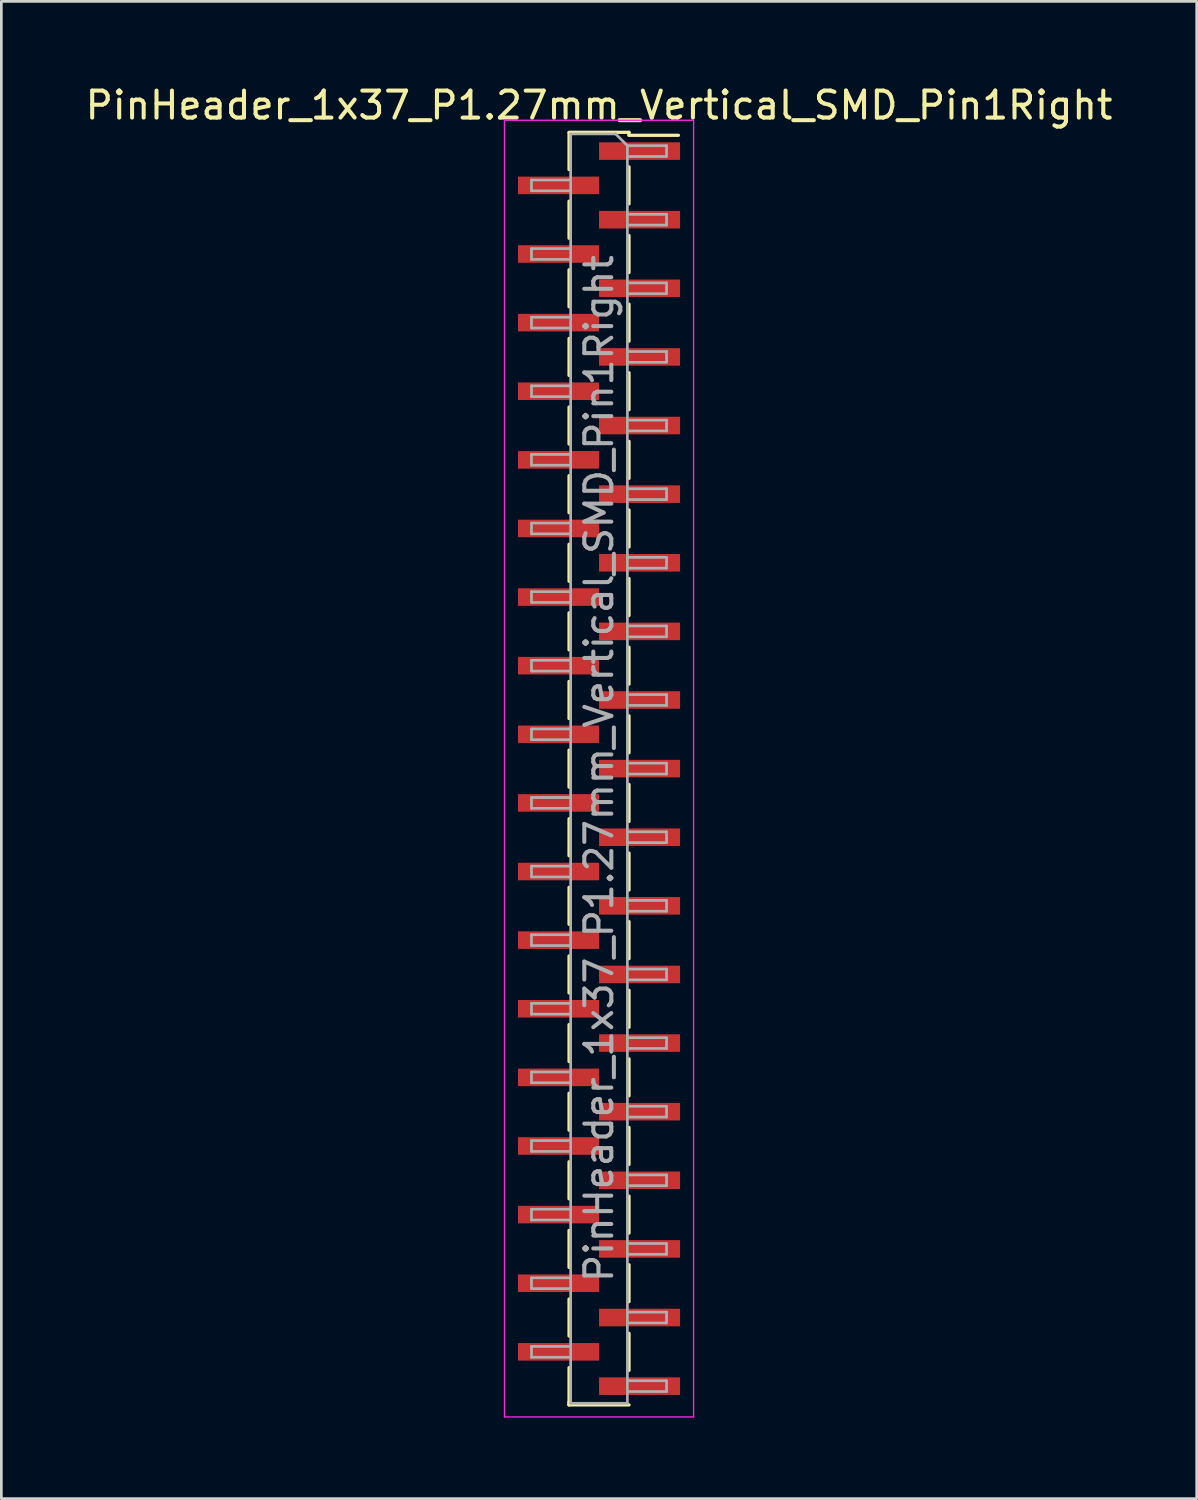
<source format=kicad_pcb>
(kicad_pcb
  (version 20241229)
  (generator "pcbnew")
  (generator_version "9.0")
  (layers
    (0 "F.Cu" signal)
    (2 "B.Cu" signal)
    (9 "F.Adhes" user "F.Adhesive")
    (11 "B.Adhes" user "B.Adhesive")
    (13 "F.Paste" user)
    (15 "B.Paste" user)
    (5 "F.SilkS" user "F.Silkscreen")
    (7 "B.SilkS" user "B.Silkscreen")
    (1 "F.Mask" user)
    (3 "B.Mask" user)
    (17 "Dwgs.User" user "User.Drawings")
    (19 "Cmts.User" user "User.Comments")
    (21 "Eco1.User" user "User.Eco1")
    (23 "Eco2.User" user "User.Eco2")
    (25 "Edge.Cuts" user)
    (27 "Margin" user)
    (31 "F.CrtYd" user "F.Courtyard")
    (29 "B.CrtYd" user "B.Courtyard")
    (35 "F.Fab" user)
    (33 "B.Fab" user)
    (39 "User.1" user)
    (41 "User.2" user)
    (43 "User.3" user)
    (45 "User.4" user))
  (footprint "PinHeader_1x37_P1.27mm_Vertical_SMD_Pin1Right"
    (layer "F.Cu")
    (at 19.125 25.403)
    (property "Reference" "PinHeader_1x37_P1.27mm_Vertical_SMD_Pin1Right" (at 0 -24.555 0) (layer "F.SilkS") (effects (font (size 1 1) (thickness 0.15))))
    (attr smd)
    (fp_line (start -1.11 -23.555) (end 1.11 -23.555) (stroke (width 0.12) (type solid)) (layer "F.SilkS"))
    (fp_line (start -1.11 -23.545) (end -1.11 -22.175) (stroke (width 0.12) (type solid)) (layer "F.SilkS"))
    (fp_line (start -1.11 -21.005) (end -1.11 -19.635) (stroke (width 0.12) (type solid)) (layer "F.SilkS"))
    (fp_line (start -1.11 -18.465) (end -1.11 -17.095) (stroke (width 0.12) (type solid)) (layer "F.SilkS"))
    (fp_line (start -1.11 -15.925) (end -1.11 -14.555) (stroke (width 0.12) (type solid)) (layer "F.SilkS"))
    (fp_line (start -1.11 -13.385) (end -1.11 -12.015) (stroke (width 0.12) (type solid)) (layer "F.SilkS"))
    (fp_line (start -1.11 -10.845) (end -1.11 -9.475) (stroke (width 0.12) (type solid)) (layer "F.SilkS"))
    (fp_line (start -1.11 -8.305) (end -1.11 -6.935) (stroke (width 0.12) (type solid)) (layer "F.SilkS"))
    (fp_line (start -1.11 -5.765) (end -1.11 -4.395) (stroke (width 0.12) (type solid)) (layer "F.SilkS"))
    (fp_line (start -1.11 -3.225) (end -1.11 -1.855) (stroke (width 0.12) (type solid)) (layer "F.SilkS"))
    (fp_line (start -1.11 -0.685) (end -1.11 0.685) (stroke (width 0.12) (type solid)) (layer "F.SilkS"))
    (fp_line (start -1.11 1.855) (end -1.11 3.225) (stroke (width 0.12) (type solid)) (layer "F.SilkS"))
    (fp_line (start -1.11 4.395) (end -1.11 5.765) (stroke (width 0.12) (type solid)) (layer "F.SilkS"))
    (fp_line (start -1.11 6.935) (end -1.11 8.305) (stroke (width 0.12) (type solid)) (layer "F.SilkS"))
    (fp_line (start -1.11 9.475) (end -1.11 10.845) (stroke (width 0.12) (type solid)) (layer "F.SilkS"))
    (fp_line (start -1.11 12.015) (end -1.11 13.385) (stroke (width 0.12) (type solid)) (layer "F.SilkS"))
    (fp_line (start -1.11 14.555) (end -1.11 15.925) (stroke (width 0.12) (type solid)) (layer "F.SilkS"))
    (fp_line (start -1.11 17.095) (end -1.11 18.465) (stroke (width 0.12) (type solid)) (layer "F.SilkS"))
    (fp_line (start -1.11 19.635) (end -1.11 21.005) (stroke (width 0.12) (type solid)) (layer "F.SilkS"))
    (fp_line (start -1.11 22.175) (end -1.11 23.545) (stroke (width 0.12) (type solid)) (layer "F.SilkS"))
    (fp_line (start -1.11 23.445) (end -1.11 23.555) (stroke (width 0.12) (type solid)) (layer "F.SilkS"))
    (fp_line (start -1.11 23.555) (end 1.11 23.555) (stroke (width 0.12) (type solid)) (layer "F.SilkS"))
    (fp_line (start 1.11 -23.555) (end 1.11 -23.445) (stroke (width 0.12) (type solid)) (layer "F.SilkS"))
    (fp_line (start 1.11 -23.445) (end 2.94 -23.445) (stroke (width 0.12) (type solid)) (layer "F.SilkS"))
    (fp_line (start 1.11 -22.275) (end 1.11 -20.905) (stroke (width 0.12) (type solid)) (layer "F.SilkS"))
    (fp_line (start 1.11 -19.735) (end 1.11 -18.365) (stroke (width 0.12) (type solid)) (layer "F.SilkS"))
    (fp_line (start 1.11 -17.195) (end 1.11 -15.825) (stroke (width 0.12) (type solid)) (layer "F.SilkS"))
    (fp_line (start 1.11 -14.655) (end 1.11 -13.285) (stroke (width 0.12) (type solid)) (layer "F.SilkS"))
    (fp_line (start 1.11 -12.115) (end 1.11 -10.745) (stroke (width 0.12) (type solid)) (layer "F.SilkS"))
    (fp_line (start 1.11 -9.575) (end 1.11 -8.205) (stroke (width 0.12) (type solid)) (layer "F.SilkS"))
    (fp_line (start 1.11 -7.035) (end 1.11 -5.665) (stroke (width 0.12) (type solid)) (layer "F.SilkS"))
    (fp_line (start 1.11 -4.495) (end 1.11 -3.125) (stroke (width 0.12) (type solid)) (layer "F.SilkS"))
    (fp_line (start 1.11 -1.955) (end 1.11 -0.585) (stroke (width 0.12) (type solid)) (layer "F.SilkS"))
    (fp_line (start 1.11 0.585) (end 1.11 1.955) (stroke (width 0.12) (type solid)) (layer "F.SilkS"))
    (fp_line (start 1.11 3.125) (end 1.11 4.495) (stroke (width 0.12) (type solid)) (layer "F.SilkS"))
    (fp_line (start 1.11 5.665) (end 1.11 7.035) (stroke (width 0.12) (type solid)) (layer "F.SilkS"))
    (fp_line (start 1.11 8.205) (end 1.11 9.575) (stroke (width 0.12) (type solid)) (layer "F.SilkS"))
    (fp_line (start 1.11 10.745) (end 1.11 12.115) (stroke (width 0.12) (type solid)) (layer "F.SilkS"))
    (fp_line (start 1.11 13.285) (end 1.11 14.655) (stroke (width 0.12) (type solid)) (layer "F.SilkS"))
    (fp_line (start 1.11 15.825) (end 1.11 17.195) (stroke (width 0.12) (type solid)) (layer "F.SilkS"))
    (fp_line (start 1.11 18.365) (end 1.11 19.735) (stroke (width 0.12) (type solid)) (layer "F.SilkS"))
    (fp_line (start 1.11 20.905) (end 1.11 22.275) (stroke (width 0.12) (type solid)) (layer "F.SilkS"))
    (fp_line (start -3.5 -24) (end -3.5 24) (stroke (width 0.05) (type solid)) (layer "F.CrtYd"))
    (fp_line (start -3.5 24) (end 3.5 24) (stroke (width 0.05) (type solid)) (layer "F.CrtYd"))
    (fp_line (start 3.5 -24) (end -3.5 -24) (stroke (width 0.05) (type solid)) (layer "F.CrtYd"))
    (fp_line (start 3.5 24) (end 3.5 -24) (stroke (width 0.05) (type solid)) (layer "F.CrtYd"))
    (fp_line (start -2.5 -21.79) (end -2.5 -21.39) (stroke (width 0.1) (type solid)) (layer "F.Fab"))
    (fp_line (start -2.5 -21.39) (end -1.05 -21.39) (stroke (width 0.1) (type solid)) (layer "F.Fab"))
    (fp_line (start -2.5 -19.25) (end -2.5 -18.85) (stroke (width 0.1) (type solid)) (layer "F.Fab"))
    (fp_line (start -2.5 -18.85) (end -1.05 -18.85) (stroke (width 0.1) (type solid)) (layer "F.Fab"))
    (fp_line (start -2.5 -16.71) (end -2.5 -16.31) (stroke (width 0.1) (type solid)) (layer "F.Fab"))
    (fp_line (start -2.5 -16.31) (end -1.05 -16.31) (stroke (width 0.1) (type solid)) (layer "F.Fab"))
    (fp_line (start -2.5 -14.17) (end -2.5 -13.77) (stroke (width 0.1) (type solid)) (layer "F.Fab"))
    (fp_line (start -2.5 -13.77) (end -1.05 -13.77) (stroke (width 0.1) (type solid)) (layer "F.Fab"))
    (fp_line (start -2.5 -11.63) (end -2.5 -11.23) (stroke (width 0.1) (type solid)) (layer "F.Fab"))
    (fp_line (start -2.5 -11.23) (end -1.05 -11.23) (stroke (width 0.1) (type solid)) (layer "F.Fab"))
    (fp_line (start -2.5 -9.09) (end -2.5 -8.69) (stroke (width 0.1) (type solid)) (layer "F.Fab"))
    (fp_line (start -2.5 -8.69) (end -1.05 -8.69) (stroke (width 0.1) (type solid)) (layer "F.Fab"))
    (fp_line (start -2.5 -6.55) (end -2.5 -6.15) (stroke (width 0.1) (type solid)) (layer "F.Fab"))
    (fp_line (start -2.5 -6.15) (end -1.05 -6.15) (stroke (width 0.1) (type solid)) (layer "F.Fab"))
    (fp_line (start -2.5 -4.01) (end -2.5 -3.61) (stroke (width 0.1) (type solid)) (layer "F.Fab"))
    (fp_line (start -2.5 -3.61) (end -1.05 -3.61) (stroke (width 0.1) (type solid)) (layer "F.Fab"))
    (fp_line (start -2.5 -1.47) (end -2.5 -1.07) (stroke (width 0.1) (type solid)) (layer "F.Fab"))
    (fp_line (start -2.5 -1.07) (end -1.05 -1.07) (stroke (width 0.1) (type solid)) (layer "F.Fab"))
    (fp_line (start -2.5 1.07) (end -2.5 1.47) (stroke (width 0.1) (type solid)) (layer "F.Fab"))
    (fp_line (start -2.5 1.47) (end -1.05 1.47) (stroke (width 0.1) (type solid)) (layer "F.Fab"))
    (fp_line (start -2.5 3.61) (end -2.5 4.01) (stroke (width 0.1) (type solid)) (layer "F.Fab"))
    (fp_line (start -2.5 4.01) (end -1.05 4.01) (stroke (width 0.1) (type solid)) (layer "F.Fab"))
    (fp_line (start -2.5 6.15) (end -2.5 6.55) (stroke (width 0.1) (type solid)) (layer "F.Fab"))
    (fp_line (start -2.5 6.55) (end -1.05 6.55) (stroke (width 0.1) (type solid)) (layer "F.Fab"))
    (fp_line (start -2.5 8.69) (end -2.5 9.09) (stroke (width 0.1) (type solid)) (layer "F.Fab"))
    (fp_line (start -2.5 9.09) (end -1.05 9.09) (stroke (width 0.1) (type solid)) (layer "F.Fab"))
    (fp_line (start -2.5 11.23) (end -2.5 11.63) (stroke (width 0.1) (type solid)) (layer "F.Fab"))
    (fp_line (start -2.5 11.63) (end -1.05 11.63) (stroke (width 0.1) (type solid)) (layer "F.Fab"))
    (fp_line (start -2.5 13.77) (end -2.5 14.17) (stroke (width 0.1) (type solid)) (layer "F.Fab"))
    (fp_line (start -2.5 14.17) (end -1.05 14.17) (stroke (width 0.1) (type solid)) (layer "F.Fab"))
    (fp_line (start -2.5 16.31) (end -2.5 16.71) (stroke (width 0.1) (type solid)) (layer "F.Fab"))
    (fp_line (start -2.5 16.71) (end -1.05 16.71) (stroke (width 0.1) (type solid)) (layer "F.Fab"))
    (fp_line (start -2.5 18.85) (end -2.5 19.25) (stroke (width 0.1) (type solid)) (layer "F.Fab"))
    (fp_line (start -2.5 19.25) (end -1.05 19.25) (stroke (width 0.1) (type solid)) (layer "F.Fab"))
    (fp_line (start -2.5 21.39) (end -2.5 21.79) (stroke (width 0.1) (type solid)) (layer "F.Fab"))
    (fp_line (start -2.5 21.79) (end -1.05 21.79) (stroke (width 0.1) (type solid)) (layer "F.Fab"))
    (fp_line (start -1.05 -23.495) (end -1.05 23.495) (stroke (width 0.1) (type solid)) (layer "F.Fab"))
    (fp_line (start -1.05 -23.495) (end 0.615 -23.495) (stroke (width 0.1) (type solid)) (layer "F.Fab"))
    (fp_line (start -1.05 -21.79) (end -2.5 -21.79) (stroke (width 0.1) (type solid)) (layer "F.Fab"))
    (fp_line (start -1.05 -19.25) (end -2.5 -19.25) (stroke (width 0.1) (type solid)) (layer "F.Fab"))
    (fp_line (start -1.05 -16.71) (end -2.5 -16.71) (stroke (width 0.1) (type solid)) (layer "F.Fab"))
    (fp_line (start -1.05 -14.17) (end -2.5 -14.17) (stroke (width 0.1) (type solid)) (layer "F.Fab"))
    (fp_line (start -1.05 -11.63) (end -2.5 -11.63) (stroke (width 0.1) (type solid)) (layer "F.Fab"))
    (fp_line (start -1.05 -9.09) (end -2.5 -9.09) (stroke (width 0.1) (type solid)) (layer "F.Fab"))
    (fp_line (start -1.05 -6.55) (end -2.5 -6.55) (stroke (width 0.1) (type solid)) (layer "F.Fab"))
    (fp_line (start -1.05 -4.01) (end -2.5 -4.01) (stroke (width 0.1) (type solid)) (layer "F.Fab"))
    (fp_line (start -1.05 -1.47) (end -2.5 -1.47) (stroke (width 0.1) (type solid)) (layer "F.Fab"))
    (fp_line (start -1.05 1.07) (end -2.5 1.07) (stroke (width 0.1) (type solid)) (layer "F.Fab"))
    (fp_line (start -1.05 3.61) (end -2.5 3.61) (stroke (width 0.1) (type solid)) (layer "F.Fab"))
    (fp_line (start -1.05 6.15) (end -2.5 6.15) (stroke (width 0.1) (type solid)) (layer "F.Fab"))
    (fp_line (start -1.05 8.69) (end -2.5 8.69) (stroke (width 0.1) (type solid)) (layer "F.Fab"))
    (fp_line (start -1.05 11.23) (end -2.5 11.23) (stroke (width 0.1) (type solid)) (layer "F.Fab"))
    (fp_line (start -1.05 13.77) (end -2.5 13.77) (stroke (width 0.1) (type solid)) (layer "F.Fab"))
    (fp_line (start -1.05 16.31) (end -2.5 16.31) (stroke (width 0.1) (type solid)) (layer "F.Fab"))
    (fp_line (start -1.05 18.85) (end -2.5 18.85) (stroke (width 0.1) (type solid)) (layer "F.Fab"))
    (fp_line (start -1.05 21.39) (end -2.5 21.39) (stroke (width 0.1) (type solid)) (layer "F.Fab"))
    (fp_line (start 1.05 -23.06) (end 0.615 -23.495) (stroke (width 0.1) (type solid)) (layer "F.Fab"))
    (fp_line (start 1.05 -23.06) (end 2.5 -23.06) (stroke (width 0.1) (type solid)) (layer "F.Fab"))
    (fp_line (start 1.05 -20.52) (end 2.5 -20.52) (stroke (width 0.1) (type solid)) (layer "F.Fab"))
    (fp_line (start 1.05 -17.98) (end 2.5 -17.98) (stroke (width 0.1) (type solid)) (layer "F.Fab"))
    (fp_line (start 1.05 -15.44) (end 2.5 -15.44) (stroke (width 0.1) (type solid)) (layer "F.Fab"))
    (fp_line (start 1.05 -12.9) (end 2.5 -12.9) (stroke (width 0.1) (type solid)) (layer "F.Fab"))
    (fp_line (start 1.05 -10.36) (end 2.5 -10.36) (stroke (width 0.1) (type solid)) (layer "F.Fab"))
    (fp_line (start 1.05 -7.82) (end 2.5 -7.82) (stroke (width 0.1) (type solid)) (layer "F.Fab"))
    (fp_line (start 1.05 -5.28) (end 2.5 -5.28) (stroke (width 0.1) (type solid)) (layer "F.Fab"))
    (fp_line (start 1.05 -2.74) (end 2.5 -2.74) (stroke (width 0.1) (type solid)) (layer "F.Fab"))
    (fp_line (start 1.05 -0.2) (end 2.5 -0.2) (stroke (width 0.1) (type solid)) (layer "F.Fab"))
    (fp_line (start 1.05 2.34) (end 2.5 2.34) (stroke (width 0.1) (type solid)) (layer "F.Fab"))
    (fp_line (start 1.05 4.88) (end 2.5 4.88) (stroke (width 0.1) (type solid)) (layer "F.Fab"))
    (fp_line (start 1.05 7.42) (end 2.5 7.42) (stroke (width 0.1) (type solid)) (layer "F.Fab"))
    (fp_line (start 1.05 9.96) (end 2.5 9.96) (stroke (width 0.1) (type solid)) (layer "F.Fab"))
    (fp_line (start 1.05 12.5) (end 2.5 12.5) (stroke (width 0.1) (type solid)) (layer "F.Fab"))
    (fp_line (start 1.05 15.04) (end 2.5 15.04) (stroke (width 0.1) (type solid)) (layer "F.Fab"))
    (fp_line (start 1.05 17.58) (end 2.5 17.58) (stroke (width 0.1) (type solid)) (layer "F.Fab"))
    (fp_line (start 1.05 20.12) (end 2.5 20.12) (stroke (width 0.1) (type solid)) (layer "F.Fab"))
    (fp_line (start 1.05 22.66) (end 2.5 22.66) (stroke (width 0.1) (type solid)) (layer "F.Fab"))
    (fp_line (start 1.05 23.495) (end -1.05 23.495) (stroke (width 0.1) (type solid)) (layer "F.Fab"))
    (fp_line (start 1.05 23.495) (end 1.05 -23.06) (stroke (width 0.1) (type solid)) (layer "F.Fab"))
    (fp_line (start 2.5 -23.06) (end 2.5 -22.66) (stroke (width 0.1) (type solid)) (layer "F.Fab"))
    (fp_line (start 2.5 -22.66) (end 1.05 -22.66) (stroke (width 0.1) (type solid)) (layer "F.Fab"))
    (fp_line (start 2.5 -20.52) (end 2.5 -20.12) (stroke (width 0.1) (type solid)) (layer "F.Fab"))
    (fp_line (start 2.5 -20.12) (end 1.05 -20.12) (stroke (width 0.1) (type solid)) (layer "F.Fab"))
    (fp_line (start 2.5 -17.98) (end 2.5 -17.58) (stroke (width 0.1) (type solid)) (layer "F.Fab"))
    (fp_line (start 2.5 -17.58) (end 1.05 -17.58) (stroke (width 0.1) (type solid)) (layer "F.Fab"))
    (fp_line (start 2.5 -15.44) (end 2.5 -15.04) (stroke (width 0.1) (type solid)) (layer "F.Fab"))
    (fp_line (start 2.5 -15.04) (end 1.05 -15.04) (stroke (width 0.1) (type solid)) (layer "F.Fab"))
    (fp_line (start 2.5 -12.9) (end 2.5 -12.5) (stroke (width 0.1) (type solid)) (layer "F.Fab"))
    (fp_line (start 2.5 -12.5) (end 1.05 -12.5) (stroke (width 0.1) (type solid)) (layer "F.Fab"))
    (fp_line (start 2.5 -10.36) (end 2.5 -9.96) (stroke (width 0.1) (type solid)) (layer "F.Fab"))
    (fp_line (start 2.5 -9.96) (end 1.05 -9.96) (stroke (width 0.1) (type solid)) (layer "F.Fab"))
    (fp_line (start 2.5 -7.82) (end 2.5 -7.42) (stroke (width 0.1) (type solid)) (layer "F.Fab"))
    (fp_line (start 2.5 -7.42) (end 1.05 -7.42) (stroke (width 0.1) (type solid)) (layer "F.Fab"))
    (fp_line (start 2.5 -5.28) (end 2.5 -4.88) (stroke (width 0.1) (type solid)) (layer "F.Fab"))
    (fp_line (start 2.5 -4.88) (end 1.05 -4.88) (stroke (width 0.1) (type solid)) (layer "F.Fab"))
    (fp_line (start 2.5 -2.74) (end 2.5 -2.34) (stroke (width 0.1) (type solid)) (layer "F.Fab"))
    (fp_line (start 2.5 -2.34) (end 1.05 -2.34) (stroke (width 0.1) (type solid)) (layer "F.Fab"))
    (fp_line (start 2.5 -0.2) (end 2.5 0.2) (stroke (width 0.1) (type solid)) (layer "F.Fab"))
    (fp_line (start 2.5 0.2) (end 1.05 0.2) (stroke (width 0.1) (type solid)) (layer "F.Fab"))
    (fp_line (start 2.5 2.34) (end 2.5 2.74) (stroke (width 0.1) (type solid)) (layer "F.Fab"))
    (fp_line (start 2.5 2.74) (end 1.05 2.74) (stroke (width 0.1) (type solid)) (layer "F.Fab"))
    (fp_line (start 2.5 4.88) (end 2.5 5.28) (stroke (width 0.1) (type solid)) (layer "F.Fab"))
    (fp_line (start 2.5 5.28) (end 1.05 5.28) (stroke (width 0.1) (type solid)) (layer "F.Fab"))
    (fp_line (start 2.5 7.42) (end 2.5 7.82) (stroke (width 0.1) (type solid)) (layer "F.Fab"))
    (fp_line (start 2.5 7.82) (end 1.05 7.82) (stroke (width 0.1) (type solid)) (layer "F.Fab"))
    (fp_line (start 2.5 9.96) (end 2.5 10.36) (stroke (width 0.1) (type solid)) (layer "F.Fab"))
    (fp_line (start 2.5 10.36) (end 1.05 10.36) (stroke (width 0.1) (type solid)) (layer "F.Fab"))
    (fp_line (start 2.5 12.5) (end 2.5 12.9) (stroke (width 0.1) (type solid)) (layer "F.Fab"))
    (fp_line (start 2.5 12.9) (end 1.05 12.9) (stroke (width 0.1) (type solid)) (layer "F.Fab"))
    (fp_line (start 2.5 15.04) (end 2.5 15.44) (stroke (width 0.1) (type solid)) (layer "F.Fab"))
    (fp_line (start 2.5 15.44) (end 1.05 15.44) (stroke (width 0.1) (type solid)) (layer "F.Fab"))
    (fp_line (start 2.5 17.58) (end 2.5 17.98) (stroke (width 0.1) (type solid)) (layer "F.Fab"))
    (fp_line (start 2.5 17.98) (end 1.05 17.98) (stroke (width 0.1) (type solid)) (layer "F.Fab"))
    (fp_line (start 2.5 20.12) (end 2.5 20.52) (stroke (width 0.1) (type solid)) (layer "F.Fab"))
    (fp_line (start 2.5 20.52) (end 1.05 20.52) (stroke (width 0.1) (type solid)) (layer "F.Fab"))
    (fp_line (start 2.5 22.66) (end 2.5 23.06) (stroke (width 0.1) (type solid)) (layer "F.Fab"))
    (fp_line (start 2.5 23.06) (end 1.05 23.06) (stroke (width 0.1) (type solid)) (layer "F.Fab"))
    (fp_text user "${REFERENCE}" (at 0 0 90) (layer "F.Fab") (effects (font (size 1 1) (thickness 0.15))))
    (pad "1" smd rect (at 1.5 -22.86) (size 3 0.65) (layers "F.Cu" "F.Mask" "F.Paste"))
    (pad "2" smd rect (at -1.5 -21.59) (size 3 0.65) (layers "F.Cu" "F.Mask" "F.Paste"))
    (pad "3" smd rect (at 1.5 -20.32) (size 3 0.65) (layers "F.Cu" "F.Mask" "F.Paste"))
    (pad "4" smd rect (at -1.5 -19.05) (size 3 0.65) (layers "F.Cu" "F.Mask" "F.Paste"))
    (pad "5" smd rect (at 1.5 -17.78) (size 3 0.65) (layers "F.Cu" "F.Mask" "F.Paste"))
    (pad "6" smd rect (at -1.5 -16.51) (size 3 0.65) (layers "F.Cu" "F.Mask" "F.Paste"))
    (pad "7" smd rect (at 1.5 -15.24) (size 3 0.65) (layers "F.Cu" "F.Mask" "F.Paste"))
    (pad "8" smd rect (at -1.5 -13.97) (size 3 0.65) (layers "F.Cu" "F.Mask" "F.Paste"))
    (pad "9" smd rect (at 1.5 -12.7) (size 3 0.65) (layers "F.Cu" "F.Mask" "F.Paste"))
    (pad "10" smd rect (at -1.5 -11.43) (size 3 0.65) (layers "F.Cu" "F.Mask" "F.Paste"))
    (pad "11" smd rect (at 1.5 -10.16) (size 3 0.65) (layers "F.Cu" "F.Mask" "F.Paste"))
    (pad "12" smd rect (at -1.5 -8.89) (size 3 0.65) (layers "F.Cu" "F.Mask" "F.Paste"))
    (pad "13" smd rect (at 1.5 -7.62) (size 3 0.65) (layers "F.Cu" "F.Mask" "F.Paste"))
    (pad "14" smd rect (at -1.5 -6.35) (size 3 0.65) (layers "F.Cu" "F.Mask" "F.Paste"))
    (pad "15" smd rect (at 1.5 -5.08) (size 3 0.65) (layers "F.Cu" "F.Mask" "F.Paste"))
    (pad "16" smd rect (at -1.5 -3.81) (size 3 0.65) (layers "F.Cu" "F.Mask" "F.Paste"))
    (pad "17" smd rect (at 1.5 -2.54) (size 3 0.65) (layers "F.Cu" "F.Mask" "F.Paste"))
    (pad "18" smd rect (at -1.5 -1.27) (size 3 0.65) (layers "F.Cu" "F.Mask" "F.Paste"))
    (pad "19" smd rect (at 1.5 0) (size 3 0.65) (layers "F.Cu" "F.Mask" "F.Paste"))
    (pad "20" smd rect (at -1.5 1.27) (size 3 0.65) (layers "F.Cu" "F.Mask" "F.Paste"))
    (pad "21" smd rect (at 1.5 2.54) (size 3 0.65) (layers "F.Cu" "F.Mask" "F.Paste"))
    (pad "22" smd rect (at -1.5 3.81) (size 3 0.65) (layers "F.Cu" "F.Mask" "F.Paste"))
    (pad "23" smd rect (at 1.5 5.08) (size 3 0.65) (layers "F.Cu" "F.Mask" "F.Paste"))
    (pad "24" smd rect (at -1.5 6.35) (size 3 0.65) (layers "F.Cu" "F.Mask" "F.Paste"))
    (pad "25" smd rect (at 1.5 7.62) (size 3 0.65) (layers "F.Cu" "F.Mask" "F.Paste"))
    (pad "26" smd rect (at -1.5 8.89) (size 3 0.65) (layers "F.Cu" "F.Mask" "F.Paste"))
    (pad "27" smd rect (at 1.5 10.16) (size 3 0.65) (layers "F.Cu" "F.Mask" "F.Paste"))
    (pad "28" smd rect (at -1.5 11.43) (size 3 0.65) (layers "F.Cu" "F.Mask" "F.Paste"))
    (pad "29" smd rect (at 1.5 12.7) (size 3 0.65) (layers "F.Cu" "F.Mask" "F.Paste"))
    (pad "30" smd rect (at -1.5 13.97) (size 3 0.65) (layers "F.Cu" "F.Mask" "F.Paste"))
    (pad "31" smd rect (at 1.5 15.24) (size 3 0.65) (layers "F.Cu" "F.Mask" "F.Paste"))
    (pad "32" smd rect (at -1.5 16.51) (size 3 0.65) (layers "F.Cu" "F.Mask" "F.Paste"))
    (pad "33" smd rect (at 1.5 17.78) (size 3 0.65) (layers "F.Cu" "F.Mask" "F.Paste"))
    (pad "34" smd rect (at -1.5 19.05) (size 3 0.65) (layers "F.Cu" "F.Mask" "F.Paste"))
    (pad "35" smd rect (at 1.5 20.32) (size 3 0.65) (layers "F.Cu" "F.Mask" "F.Paste"))
    (pad "36" smd rect (at -1.5 21.59) (size 3 0.65) (layers "F.Cu" "F.Mask" "F.Paste"))
    (pad "37" smd rect (at 1.5 22.86) (size 3 0.65) (layers "F.Cu" "F.Mask" "F.Paste")))
  (gr_rect
    (start -3 -3)
    (end 41.25 52.428)
    (stroke (width 0.1) (type default))
    (fill no)
    (layer "Edge.Cuts")))
</source>
